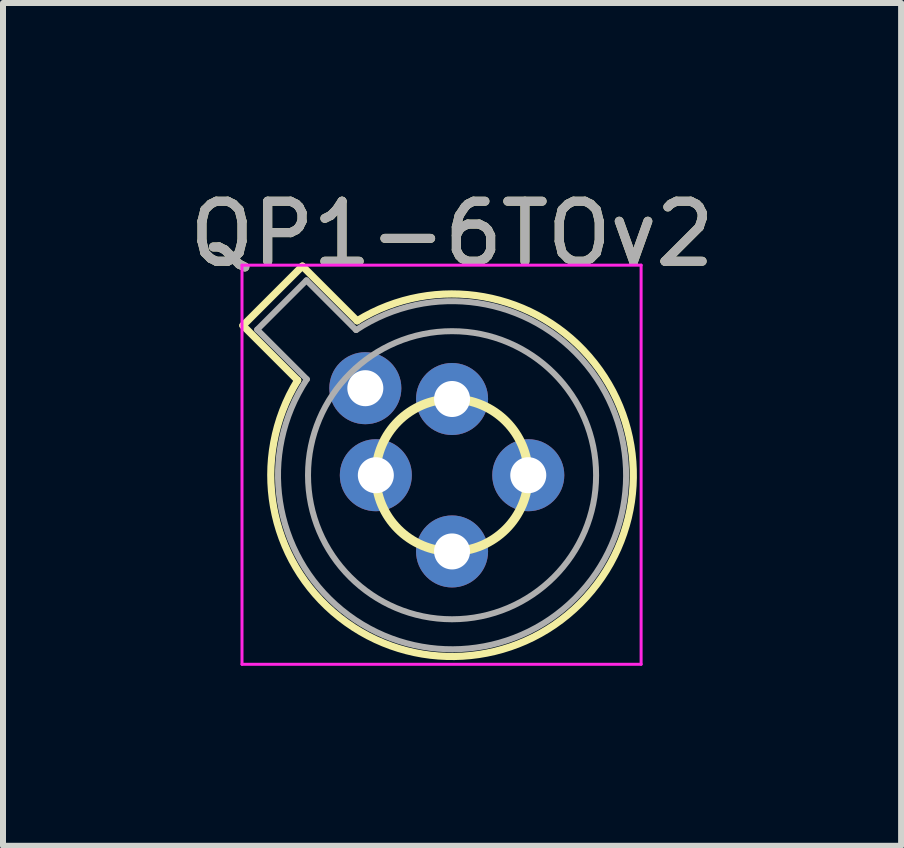
<source format=kicad_pcb>
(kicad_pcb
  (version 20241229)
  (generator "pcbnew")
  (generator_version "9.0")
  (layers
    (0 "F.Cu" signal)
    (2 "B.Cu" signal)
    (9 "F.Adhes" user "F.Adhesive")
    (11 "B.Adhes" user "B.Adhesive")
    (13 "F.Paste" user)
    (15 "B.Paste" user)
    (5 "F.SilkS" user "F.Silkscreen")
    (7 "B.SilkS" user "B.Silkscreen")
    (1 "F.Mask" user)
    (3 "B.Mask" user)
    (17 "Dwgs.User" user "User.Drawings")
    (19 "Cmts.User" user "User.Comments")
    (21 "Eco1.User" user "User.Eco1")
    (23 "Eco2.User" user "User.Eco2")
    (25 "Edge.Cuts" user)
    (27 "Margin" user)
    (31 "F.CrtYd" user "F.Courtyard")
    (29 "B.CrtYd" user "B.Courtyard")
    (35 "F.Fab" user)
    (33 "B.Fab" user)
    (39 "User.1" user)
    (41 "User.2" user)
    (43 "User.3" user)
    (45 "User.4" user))
  (footprint "QP1-6TOv2"
    (layer "F.Cu")
    (at 3.212 4.868)
    (property "Reference" "QP1-6TOv2" (at 1.27 -4.02 0) (layer "F.SilkS") (effects (font (size 1 1) (thickness 0.15))))
    (attr through_hole)
    (fp_line (start -2.214 -2.494) (end -1.302 -1.582) (stroke (width 0.12) (type solid)) (layer "F.SilkS"))
    (fp_line (start -1.224 -3.484) (end -2.214 -2.494) (stroke (width 0.12) (type solid)) (layer "F.SilkS"))
    (fp_line (start -0.312 -2.572) (end -1.224 -3.484) (stroke (width 0.12) (type solid)) (layer "F.SilkS"))
    (fp_arc (start -0.312331 -2.572281) (mid 3.405374 2.135551) (end -1.30215 -1.582544) (stroke (width 0.12) (type solid)) (layer "F.SilkS"))
    (fp_circle (center 1.27 0) (end 1.27 1.27) (stroke (width 0.15) (type solid)) (fill no) (layer "F.SilkS"))
    (fp_line (start -2.23 -3.5) (end -2.23 3.15) (stroke (width 0.05) (type solid)) (layer "F.CrtYd"))
    (fp_line (start -2.23 3.15) (end 4.42 3.15) (stroke (width 0.05) (type solid)) (layer "F.CrtYd"))
    (fp_line (start 4.42 -3.5) (end -2.23 -3.5) (stroke (width 0.05) (type solid)) (layer "F.CrtYd"))
    (fp_line (start 4.42 3.15) (end 4.42 -3.5) (stroke (width 0.05) (type solid)) (layer "F.CrtYd"))
    (fp_line (start -1.977 -2.426) (end -1.149 -1.599) (stroke (width 0.1) (type solid)) (layer "F.Fab"))
    (fp_line (start -1.156 -3.247) (end -1.977 -2.426) (stroke (width 0.1) (type solid)) (layer "F.Fab"))
    (fp_line (start -0.329 -2.419) (end -1.156 -3.247) (stroke (width 0.1) (type solid)) (layer "F.Fab"))
    (fp_arc (start -0.329057 -2.419301) (mid 3.321076 2.050143) (end -1.150029 -1.597956) (stroke (width 0.1) (type solid)) (layer "F.Fab"))
    (fp_circle (center 1.27 0) (end 3.67 0) (stroke (width 0.1) (type solid)) (fill no) (layer "F.Fab"))
    (fp_text user "${REFERENCE}" (at 1.27 -4.02 0) (layer "F.Fab") (effects (font (size 1 1) (thickness 0.15))))
    (pad "1" thru_hole oval (at 1.27 -1.27) (size 1.2 1.2) (drill 0.6) (layers "*.Cu" "*.Mask"))
    (pad "2" thru_hole oval (at 2.54 0) (size 1.2 1.2) (drill 0.6) (layers "*.Cu" "*.Mask"))
    (pad "3" thru_hole oval (at 1.27 1.27) (size 1.2 1.2) (drill 0.6) (layers "*.Cu" "*.Mask"))
    (pad "4" thru_hole oval (at 0 0) (size 1.2 1.2) (drill 0.6) (layers "*.Cu" "*.Mask"))
    (pad "5" thru_hole oval (at -0.175 -1.45) (size 1.2 1.2) (drill 0.6) (layers "*.Cu" "*.Mask")))
  (gr_rect
    (start -3 -3)
    (end 11.964 11.043)
    (stroke (width 0.1) (type default))
    (fill no)
    (layer "Edge.Cuts")))
</source>
